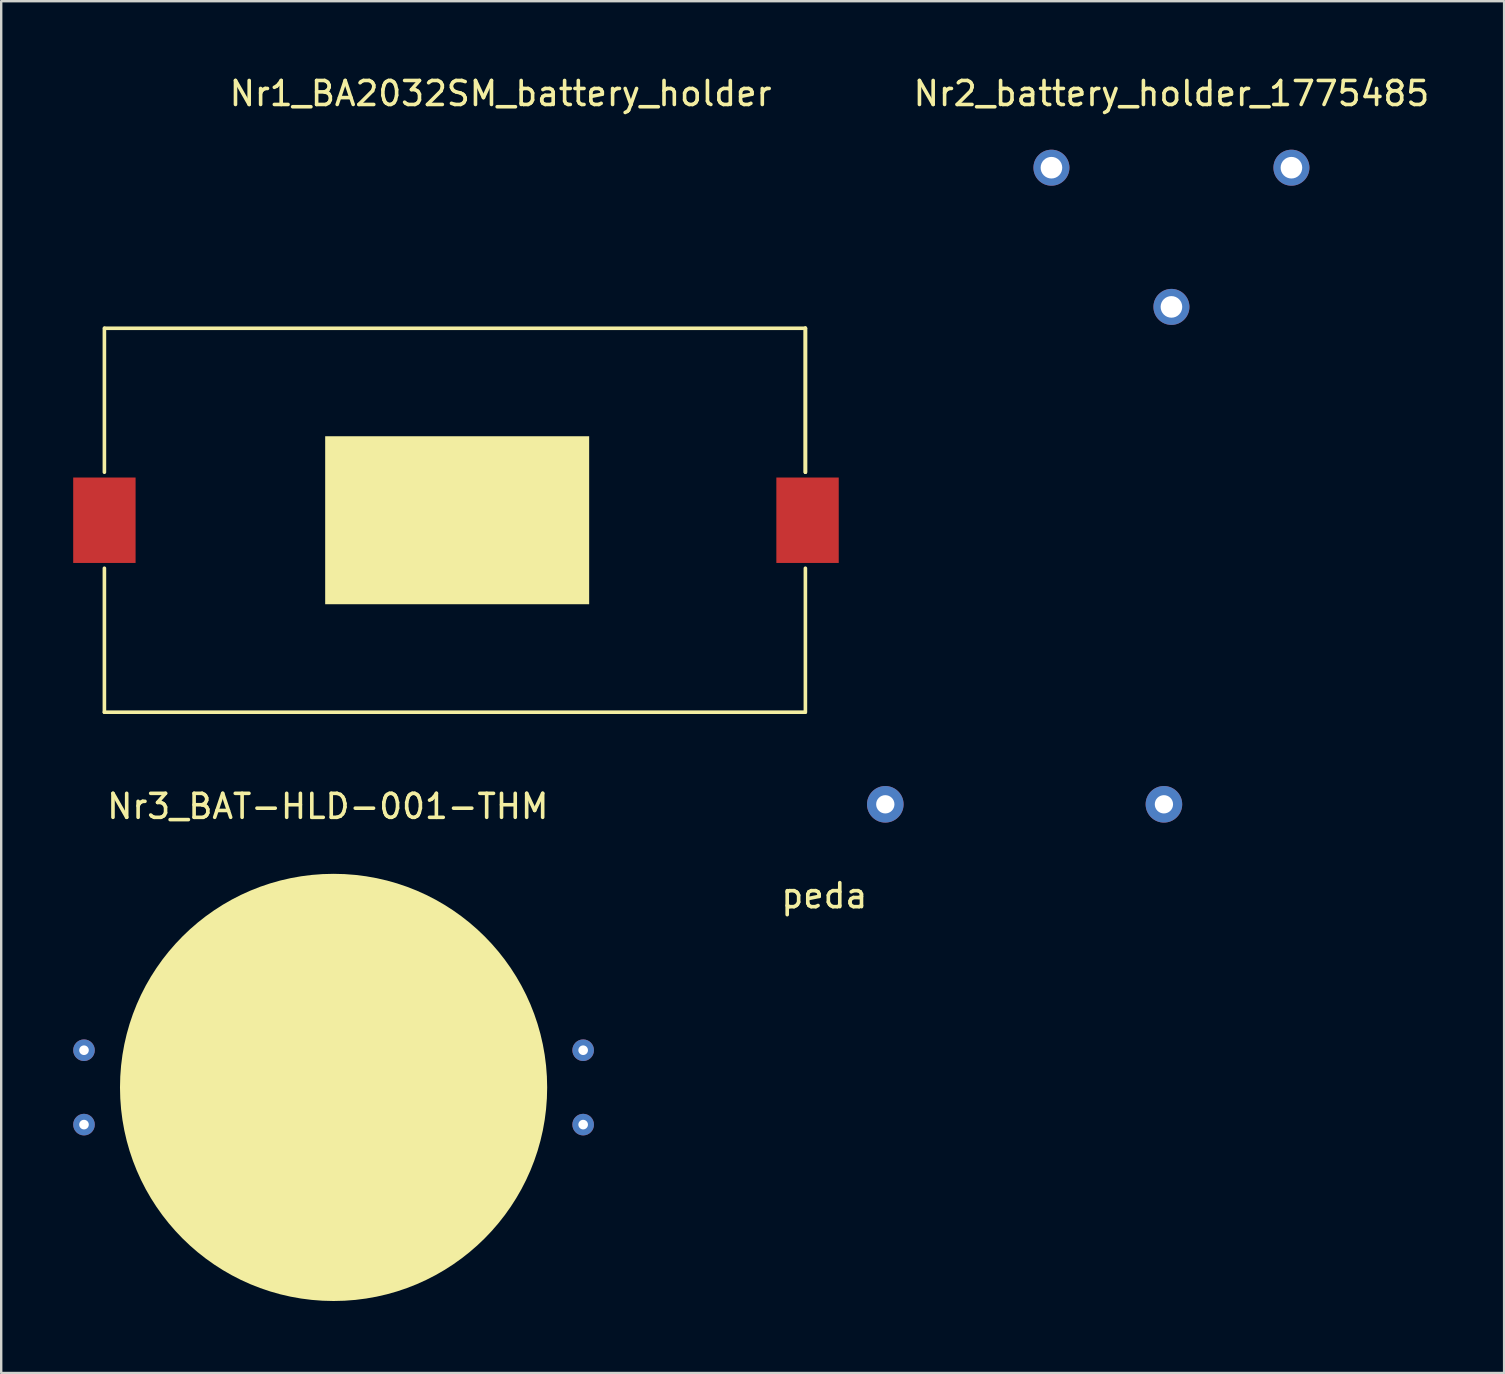
<source format=kicad_pcb>
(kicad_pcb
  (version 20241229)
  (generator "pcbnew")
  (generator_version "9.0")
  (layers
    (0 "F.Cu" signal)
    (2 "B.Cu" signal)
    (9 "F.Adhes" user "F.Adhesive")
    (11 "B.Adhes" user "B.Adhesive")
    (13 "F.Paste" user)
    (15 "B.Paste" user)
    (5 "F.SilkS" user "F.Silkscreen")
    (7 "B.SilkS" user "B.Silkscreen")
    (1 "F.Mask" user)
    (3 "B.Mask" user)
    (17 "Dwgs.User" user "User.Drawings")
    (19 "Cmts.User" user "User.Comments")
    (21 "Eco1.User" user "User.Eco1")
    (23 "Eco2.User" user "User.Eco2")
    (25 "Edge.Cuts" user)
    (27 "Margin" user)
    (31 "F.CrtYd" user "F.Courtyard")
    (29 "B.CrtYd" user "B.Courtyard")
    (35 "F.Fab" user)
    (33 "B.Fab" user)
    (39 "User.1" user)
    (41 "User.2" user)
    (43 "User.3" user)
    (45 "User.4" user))
  (footprint "peda"
    (layer "F.Cu")
    (at 24.95 30.465)
    (property "Reference" "peda" (at 6.35 3.81 0) (layer "F.SilkS") (effects (font (size 1 1) (thickness 0.15))))
    (attr through_hole)
    (pad "1" thru_hole circle (at 8.89 0) (size 1.524 1.524) (drill 0.762) (layers "*.Cu" "*.Mask"))
    (pad "2" thru_hole circle (at 20.5 0) (size 1.524 1.524) (drill 0.762) (layers "*.Cu" "*.Mask")))
  (footprint "Nr2_battery_holder_1775485"
    (layer "F.Cu")
    (at 45.763 9.738)
    (property "Reference" "Nr2_battery_holder_1775485" (at 0 -8.89 0) (layer "F.SilkS") (effects (font (size 1 1) (thickness 0.15))))
    (attr through_hole)
    (pad "1" thru_hole circle (at 0 0) (size 1.5 1.5) (drill 0.9) (layers "F.Cu" "F.Mask"))
    (pad "2" thru_hole circle (at 5 -5.8) (size 1.5 1.5) (drill 0.9) (layers "F.Cu" "F.Mask"))
    (pad "3" thru_hole circle (at -5 -5.8) (size 1.5 1.5) (drill 0.9) (layers "F.Cu" "F.Mask")))
  (footprint "Nr1_BA2032SM_battery_holder"
    (layer "F.Cu")
    (at 1.3 18.628)
    (property "Reference" "Nr1_BA2032SM_battery_holder" (at 16.51 -17.78 0) (layer "F.SilkS") (effects (font (size 1 1) (thickness 0.15))))
    (attr through_hole)
    (fp_line (start 0 -8) (end 0 -2) (stroke (width 0.15) (type solid)) (layer "F.SilkS"))
    (fp_line (start 0 2) (end 0 8) (stroke (width 0.15) (type solid)) (layer "F.SilkS"))
    (fp_line (start 0 8) (end 29.2 8) (stroke (width 0.15) (type solid)) (layer "F.SilkS"))
    (fp_line (start 0.01 -8) (end 29.21 -8) (stroke (width 0.15) (type solid)) (layer "F.SilkS"))
    (fp_line (start 29.21 -8) (end 29.21 -2) (stroke (width 0.15) (type solid)) (layer "F.SilkS"))
    (fp_line (start 29.21 -8) (end 29.21 -2) (stroke (width 0.15) (type solid)) (layer "F.SilkS"))
    (fp_line (start 29.21 2) (end 29.21 8) (stroke (width 0.15) (type solid)) (layer "F.SilkS"))
    (pad "" smd rect (at 14.7 0) (size 11 7) (layers "F.SilkS"))
    (pad "1" smd rect (at 0 0) (size 2.6 3.56) (layers "F.Cu" "F.Mask" "F.Paste"))
    (pad "2" smd rect (at 29.3 0) (size 2.6 3.56) (layers "F.Cu" "F.Mask" "F.Paste")))
  (footprint "Nr3_BAT-HLD-001-THM"
    (layer "F.Cu")
    (at 0.45 40.712)
    (property "Reference" "Nr3_BAT-HLD-001-THM" (at 10.16 -10.16 0) (layer "F.SilkS") (effects (font (size 1 1) (thickness 0.15))))
    (attr through_hole)
    (pad "" smd circle (at 10.4 1.55) (size 17.8 17.8) (layers "F.SilkS"))
    (pad "1" thru_hole circle (at 0 0) (size 0.9 0.9) (drill 0.4) (layers "*.Cu" "*.Mask"))
    (pad "2" thru_hole circle (at 20.8 0) (size 0.9 0.9) (drill 0.4) (layers "*.Cu" "*.Mask"))
    (pad "3" thru_hole circle (at 20.8 3.1) (size 0.9 0.9) (drill 0.4) (layers "*.Cu" "*.Mask"))
    (pad "4" thru_hole circle (at 0 3.1) (size 0.9 0.9) (drill 0.4) (layers "*.Cu" "*.Mask")))
  (gr_rect
    (start -3 -3)
    (end 59.626 54.161)
    (stroke (width 0.1) (type default))
    (fill no)
    (layer "Edge.Cuts")))
</source>
